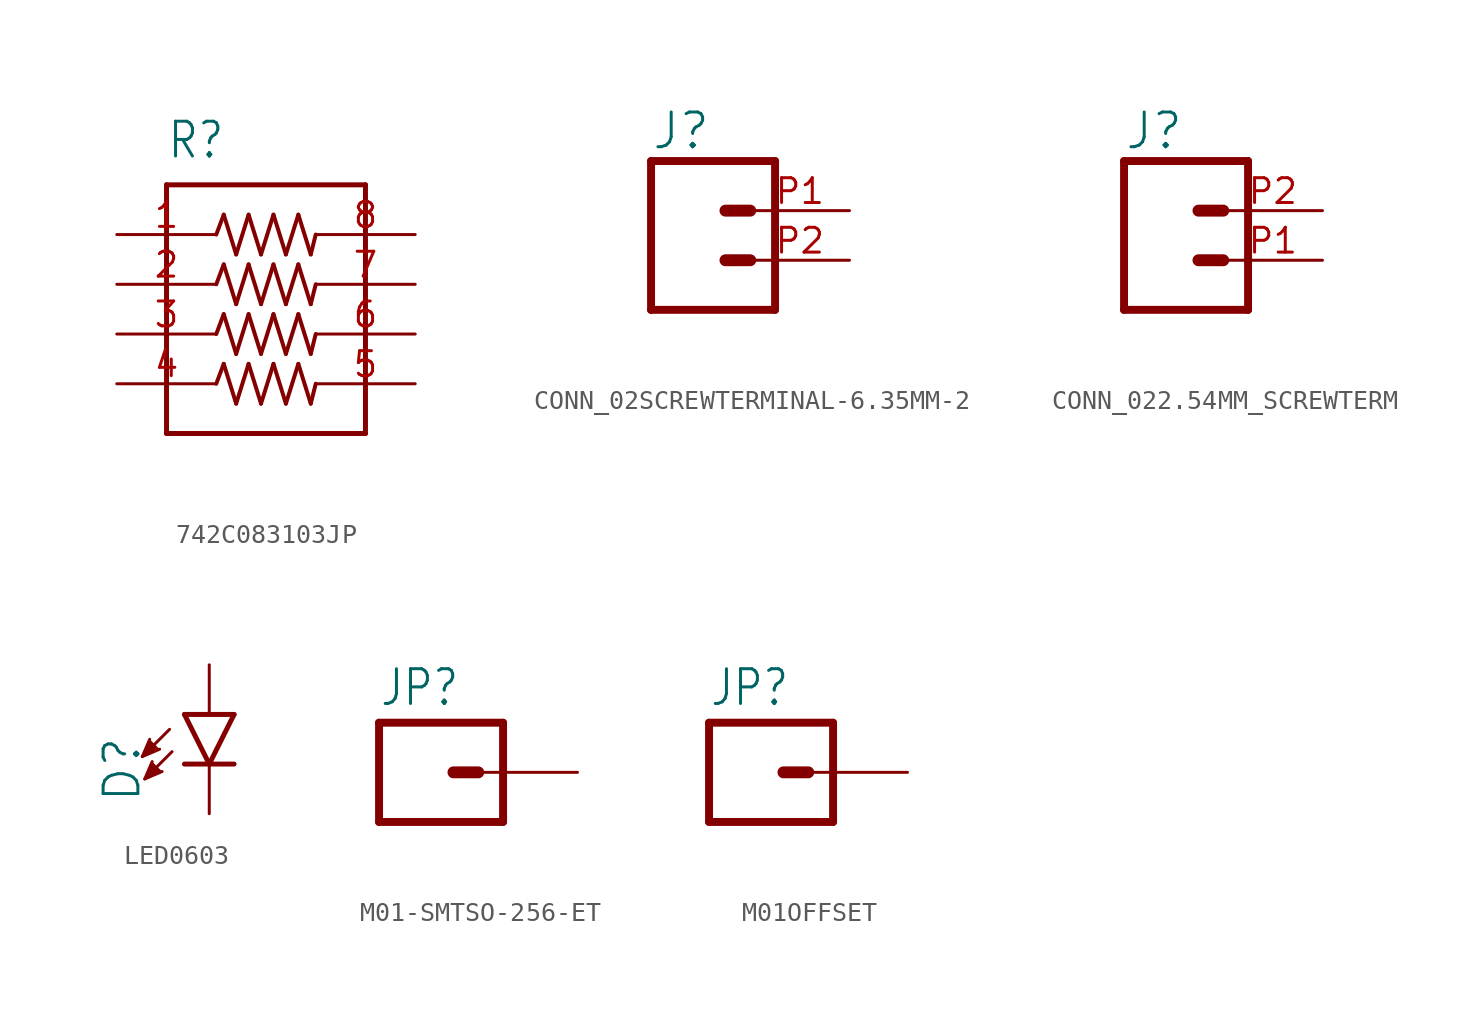
<source format=kicad_sym>
(kicad_symbol_lib
  (version 20231120)
  (generator "kicad_symbol_editor")
  (generator_version "8.0")
  (symbol "742C083103JP"
    (property "Reference" "R"
      (at -5.08 6.325 0)
      (effects (font (size 1.778 1.511)) (justify left bottom)))
    (property "Value" ""
      (at -5.08 -9.906 0)
      (effects (font (size 1.778 1.511)) (justify left bottom)))
    (property "ki_locked" ""
      (at 0 0 0)
      (effects (font (size 1.27 1.27))))
    (symbol "742C083103JP_1_0"
      (polyline (pts (xy -5.08 -7.62) (xy 5.08 -7.62)) (stroke (width 0.254) (type solid)) (fill (type none)))
      (polyline (pts (xy -5.08 5.08) (xy -5.08 -7.62)) (stroke (width 0.254) (type solid)) (fill (type none)))
      (polyline (pts (xy -2.54 -5.08) (xy -2.159 -4.064)) (stroke (width 0.203) (type solid)) (fill (type none)))
      (polyline (pts (xy -2.54 -2.54) (xy -2.159 -1.524)) (stroke (width 0.203) (type solid)) (fill (type none)))
      (polyline (pts (xy -2.54 0) (xy -2.159 1.016)) (stroke (width 0.203) (type solid)) (fill (type none)))
      (polyline (pts (xy -2.54 2.54) (xy -2.159 3.556)) (stroke (width 0.203) (type solid)) (fill (type none)))
      (polyline (pts (xy -2.159 -4.064) (xy -1.524 -6.096)) (stroke (width 0.203) (type solid)) (fill (type none)))
      (polyline (pts (xy -2.159 -1.524) (xy -1.524 -3.556)) (stroke (width 0.203) (type solid)) (fill (type none)))
      (polyline (pts (xy -2.159 1.016) (xy -1.524 -1.016)) (stroke (width 0.203) (type solid)) (fill (type none)))
      (polyline (pts (xy -2.159 3.556) (xy -1.524 1.524)) (stroke (width 0.203) (type solid)) (fill (type none)))
      (polyline (pts (xy -1.524 -6.096) (xy -0.889 -4.064)) (stroke (width 0.203) (type solid)) (fill (type none)))
      (polyline (pts (xy -1.524 -3.556) (xy -0.889 -1.524)) (stroke (width 0.203) (type solid)) (fill (type none)))
      (polyline (pts (xy -1.524 -1.016) (xy -0.889 1.016)) (stroke (width 0.203) (type solid)) (fill (type none)))
      (polyline (pts (xy -1.524 1.524) (xy -0.889 3.556)) (stroke (width 0.203) (type solid)) (fill (type none)))
      (polyline (pts (xy -0.889 -4.064) (xy -0.254 -6.096)) (stroke (width 0.203) (type solid)) (fill (type none)))
      (polyline (pts (xy -0.889 -1.524) (xy -0.254 -3.556)) (stroke (width 0.203) (type solid)) (fill (type none)))
      (polyline (pts (xy -0.889 1.016) (xy -0.254 -1.016)) (stroke (width 0.203) (type solid)) (fill (type none)))
      (polyline (pts (xy -0.889 3.556) (xy -0.254 1.524)) (stroke (width 0.203) (type solid)) (fill (type none)))
      (polyline (pts (xy -0.254 -6.096) (xy 0.381 -4.064)) (stroke (width 0.203) (type solid)) (fill (type none)))
      (polyline (pts (xy -0.254 -3.556) (xy 0.381 -1.524)) (stroke (width 0.203) (type solid)) (fill (type none)))
      (polyline (pts (xy -0.254 -1.016) (xy 0.381 1.016)) (stroke (width 0.203) (type solid)) (fill (type none)))
      (polyline (pts (xy -0.254 1.524) (xy 0.381 3.556)) (stroke (width 0.203) (type solid)) (fill (type none)))
      (polyline (pts (xy 0.381 -4.064) (xy 1.016 -6.096)) (stroke (width 0.203) (type solid)) (fill (type none)))
      (polyline (pts (xy 0.381 -1.524) (xy 1.016 -3.556)) (stroke (width 0.203) (type solid)) (fill (type none)))
      (polyline (pts (xy 0.381 1.016) (xy 1.016 -1.016)) (stroke (width 0.203) (type solid)) (fill (type none)))
      (polyline (pts (xy 0.381 3.556) (xy 1.016 1.524)) (stroke (width 0.203) (type solid)) (fill (type none)))
      (polyline (pts (xy 1.016 -6.096) (xy 1.651 -4.064)) (stroke (width 0.203) (type solid)) (fill (type none)))
      (polyline (pts (xy 1.016 -3.556) (xy 1.651 -1.524)) (stroke (width 0.203) (type solid)) (fill (type none)))
      (polyline (pts (xy 1.016 -1.016) (xy 1.651 1.016)) (stroke (width 0.203) (type solid)) (fill (type none)))
      (polyline (pts (xy 1.016 1.524) (xy 1.651 3.556)) (stroke (width 0.203) (type solid)) (fill (type none)))
      (polyline (pts (xy 1.651 -4.064) (xy 2.286 -6.096)) (stroke (width 0.203) (type solid)) (fill (type none)))
      (polyline (pts (xy 1.651 -1.524) (xy 2.286 -3.556)) (stroke (width 0.203) (type solid)) (fill (type none)))
      (polyline (pts (xy 1.651 1.016) (xy 2.286 -1.016)) (stroke (width 0.203) (type solid)) (fill (type none)))
      (polyline (pts (xy 1.651 3.556) (xy 2.286 1.524)) (stroke (width 0.203) (type solid)) (fill (type none)))
      (polyline (pts (xy 2.286 -6.096) (xy 2.54 -5.08)) (stroke (width 0.203) (type solid)) (fill (type none)))
      (polyline (pts (xy 2.286 -3.556) (xy 2.54 -2.54)) (stroke (width 0.203) (type solid)) (fill (type none)))
      (polyline (pts (xy 2.286 -1.016) (xy 2.54 0)) (stroke (width 0.203) (type solid)) (fill (type none)))
      (polyline (pts (xy 2.286 1.524) (xy 2.54 2.54)) (stroke (width 0.203) (type solid)) (fill (type none)))
      (polyline (pts (xy 5.08 -7.62) (xy 5.08 5.08)) (stroke (width 0.254) (type solid)) (fill (type none)))
      (polyline (pts (xy 5.08 5.08) (xy -5.08 5.08)) (stroke (width 0.254) (type solid)) (fill (type none)))
      (pin passive line (at -7.62 2.54 0) (length 5.08) (name "1" (effects (font (size 0 0)))) (number "1" (effects (font (size 1.27 1.27)))))
      (pin passive line (at -7.62 0 0) (length 5.08) (name "2" (effects (font (size 0 0)))) (number "2" (effects (font (size 1.27 1.27)))))
      (pin passive line (at -7.62 -2.54 0) (length 5.08) (name "3" (effects (font (size 0 0)))) (number "3" (effects (font (size 1.27 1.27)))))
      (pin passive line (at -7.62 -5.08 0) (length 5.08) (name "4" (effects (font (size 0 0)))) (number "4" (effects (font (size 1.27 1.27)))))
      (pin passive line (at 7.62 -5.08 180) (length 5.08) (name "5" (effects (font (size 0 0)))) (number "5" (effects (font (size 1.27 1.27)))))
      (pin passive line (at 7.62 -2.54 180) (length 5.08) (name "6" (effects (font (size 0 0)))) (number "6" (effects (font (size 1.27 1.27)))))
      (pin passive line (at 7.62 0 180) (length 5.08) (name "7" (effects (font (size 0 0)))) (number "7" (effects (font (size 1.27 1.27)))))
      (pin passive line (at 7.62 2.54 180) (length 5.08) (name "8" (effects (font (size 0 0)))) (number "8" (effects (font (size 1.27 1.27)))))))
  (symbol "CONN_02SCREWTERMINAL-6.35MM-2"
    (property "Reference" "J"
      (at -2.54 5.588 0)
      (effects (font (size 1.778 1.778)) (justify left bottom)))
    (property "Value" ""
      (at -2.54 -4.826 0)
      (effects (font (size 1.778 1.778)) (justify left bottom)))
    (property "ki_locked" ""
      (at 0 0 0)
      (effects (font (size 1.27 1.27))))
    (symbol "CONN_02SCREWTERMINAL-6.35MM-2_1_0"
      (polyline (pts (xy -2.54 5.08) (xy -2.54 -2.54)) (stroke (width 0.406) (type solid)) (fill (type none)))
      (polyline (pts (xy -2.54 5.08) (xy 3.81 5.08)) (stroke (width 0.406) (type solid)) (fill (type none)))
      (polyline (pts (xy 1.27 0) (xy 2.54 0)) (stroke (width 0.61) (type solid)) (fill (type none)))
      (polyline (pts (xy 1.27 2.54) (xy 2.54 2.54)) (stroke (width 0.61) (type solid)) (fill (type none)))
      (polyline (pts (xy 3.81 -2.54) (xy -2.54 -2.54)) (stroke (width 0.406) (type solid)) (fill (type none)))
      (polyline (pts (xy 3.81 -2.54) (xy 3.81 5.08)) (stroke (width 0.406) (type solid)) (fill (type none)))
      (pin passive line (at 7.62 2.54 180) (length 5.08) (name "2" (effects (font (size 0 0)))) (number "P1" (effects (font (size 1.27 1.27)))))
      (pin passive line (at 7.62 0 180) (length 5.08) (name "1" (effects (font (size 0 0)))) (number "P2" (effects (font (size 1.27 1.27)))))))
  (symbol "CONN_022.54MM_SCREWTERM"
    (property "Reference" "J"
      (at -2.54 5.588 0)
      (effects (font (size 1.778 1.778)) (justify left bottom)))
    (property "Value" ""
      (at -2.54 -4.826 0)
      (effects (font (size 1.778 1.778)) (justify left bottom)))
    (property "ki_locked" ""
      (at 0 0 0)
      (effects (font (size 1.27 1.27))))
    (symbol "CONN_022.54MM_SCREWTERM_1_0"
      (polyline (pts (xy -2.54 5.08) (xy -2.54 -2.54)) (stroke (width 0.406) (type solid)) (fill (type none)))
      (polyline (pts (xy -2.54 5.08) (xy 3.81 5.08)) (stroke (width 0.406) (type solid)) (fill (type none)))
      (polyline (pts (xy 1.27 0) (xy 2.54 0)) (stroke (width 0.61) (type solid)) (fill (type none)))
      (polyline (pts (xy 1.27 2.54) (xy 2.54 2.54)) (stroke (width 0.61) (type solid)) (fill (type none)))
      (polyline (pts (xy 3.81 -2.54) (xy -2.54 -2.54)) (stroke (width 0.406) (type solid)) (fill (type none)))
      (polyline (pts (xy 3.81 -2.54) (xy 3.81 5.08)) (stroke (width 0.406) (type solid)) (fill (type none)))
      (pin passive line (at 7.62 0 180) (length 5.08) (name "1" (effects (font (size 0 0)))) (number "P1" (effects (font (size 1.27 1.27)))))
      (pin passive line (at 7.62 2.54 180) (length 5.08) (name "2" (effects (font (size 0 0)))) (number "P2" (effects (font (size 1.27 1.27)))))))
  (symbol "LED0603"
    (property "Reference" "D"
      (at -3.429 -4.572 90)
      (effects (font (size 1.778 1.778)) (justify left bottom)))
    (property "Value" ""
      (at 1.905 -4.572 90)
      (effects (font (size 1.778 1.778)) (justify left top)))
    (property "ki_locked" ""
      (at 0 0 0)
      (effects (font (size 1.27 1.27))))
    (symbol "LED0603_1_0"
      (polyline (pts (xy -2.032 -0.762) (xy -3.429 -2.159)) (stroke (width 0.152) (type solid)) (fill (type none)))
      (polyline (pts (xy -1.905 -1.905) (xy -3.302 -3.302)) (stroke (width 0.152) (type solid)) (fill (type none)))
      (polyline (pts (xy 0 -2.54) (xy -1.27 -2.54)) (stroke (width 0.254) (type solid)) (fill (type none)))
      (polyline (pts (xy 0 -2.54) (xy -1.27 0)) (stroke (width 0.254) (type solid)) (fill (type none)))
      (polyline (pts (xy 1.27 -2.54) (xy 0 -2.54)) (stroke (width 0.254) (type solid)) (fill (type none)))
      (polyline (pts (xy 1.27 0) (xy -1.27 0)) (stroke (width 0.254) (type solid)) (fill (type none)))
      (polyline (pts (xy 1.27 0) (xy 0 -2.54)) (stroke (width 0.254) (type solid)) (fill (type none)))
      (polyline (pts (xy -3.048 -1.27) (xy -3.429 -2.159) (xy -2.54 -1.778)) (stroke (width 0.152) (type solid)) (fill (type outline)))
      (polyline (pts (xy -2.921 -2.413) (xy -3.302 -3.302) (xy -2.413 -2.921)) (stroke (width 0.152) (type solid)) (fill (type outline)))
      (pin passive line (at 0 2.54 270) (length 2.54) (name "A" (effects (font (size 0 0)))) (number "A" (effects (font (size 0 0)))))
      (pin passive line (at 0 -5.08 90) (length 2.54) (name "C" (effects (font (size 0 0)))) (number "C" (effects (font (size 0 0)))))))
  (symbol "M01-SMTSO-256-ET"
    (property "Reference" "JP"
      (at -2.54 3.302 0)
      (effects (font (size 1.778 1.511)) (justify left bottom)))
    (property "Value" ""
      (at -2.54 -5.08 0)
      (effects (font (size 1.778 1.511)) (justify left bottom)))
    (property "ki_locked" ""
      (at 0 0 0)
      (effects (font (size 1.27 1.27))))
    (symbol "M01-SMTSO-256-ET_1_0"
      (polyline (pts (xy -2.54 2.54) (xy -2.54 -2.54)) (stroke (width 0.406) (type solid)) (fill (type none)))
      (polyline (pts (xy -2.54 2.54) (xy 3.81 2.54)) (stroke (width 0.406) (type solid)) (fill (type none)))
      (polyline (pts (xy 1.27 0) (xy 2.54 0)) (stroke (width 0.61) (type solid)) (fill (type none)))
      (polyline (pts (xy 3.81 -2.54) (xy -2.54 -2.54)) (stroke (width 0.406) (type solid)) (fill (type none)))
      (polyline (pts (xy 3.81 -2.54) (xy 3.81 2.54)) (stroke (width 0.406) (type solid)) (fill (type none)))
      (pin passive line (at 7.62 0 180) (length 5.08) (name "1" (effects (font (size 0 0)))) (number "P$1" (effects (font (size 0 0)))))))
  (symbol "M01OFFSET"
    (property "Reference" "JP"
      (at -2.54 3.302 0)
      (effects (font (size 1.778 1.511)) (justify left bottom)))
    (property "Value" ""
      (at -2.54 -5.08 0)
      (effects (font (size 1.778 1.511)) (justify left bottom)))
    (property "ki_locked" ""
      (at 0 0 0)
      (effects (font (size 1.27 1.27))))
    (symbol "M01OFFSET_1_0"
      (polyline (pts (xy -2.54 2.54) (xy -2.54 -2.54)) (stroke (width 0.406) (type solid)) (fill (type none)))
      (polyline (pts (xy -2.54 2.54) (xy 3.81 2.54)) (stroke (width 0.406) (type solid)) (fill (type none)))
      (polyline (pts (xy 1.27 0) (xy 2.54 0)) (stroke (width 0.61) (type solid)) (fill (type none)))
      (polyline (pts (xy 3.81 -2.54) (xy -2.54 -2.54)) (stroke (width 0.406) (type solid)) (fill (type none)))
      (polyline (pts (xy 3.81 -2.54) (xy 3.81 2.54)) (stroke (width 0.406) (type solid)) (fill (type none)))
      (pin passive line (at 7.62 0 180) (length 5.08) (name "1" (effects (font (size 0 0)))) (number "1" (effects (font (size 0 0))))))))
</source>
